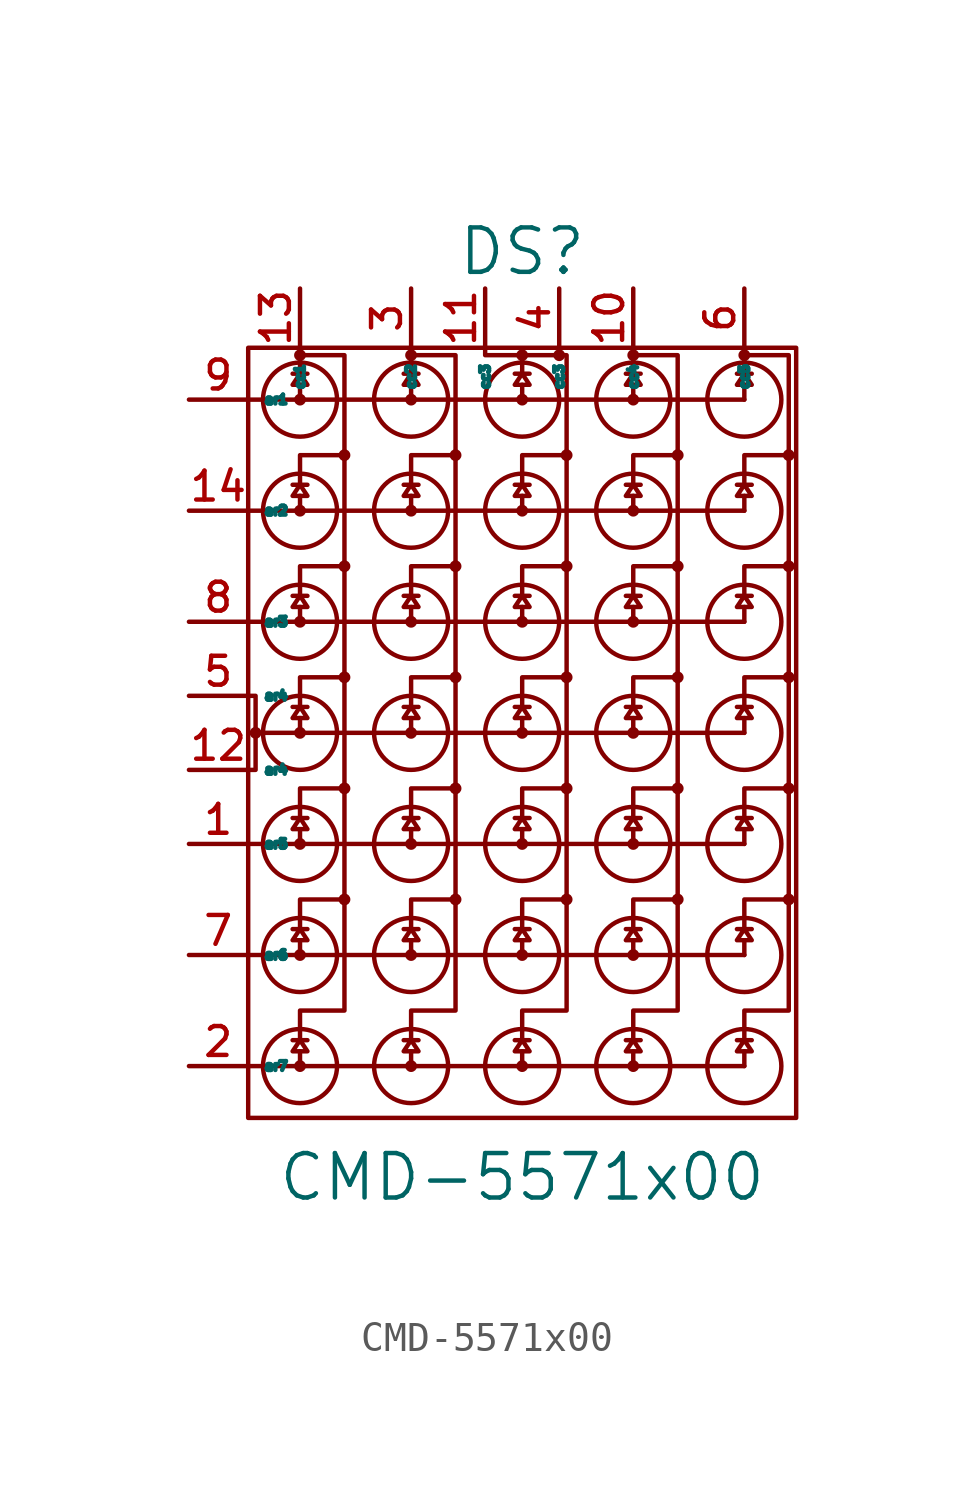
<source format=kicad_sym>
(kicad_symbol_lib
  (version 20220914)
  (generator kicad_symbol_editor)
  (symbol "CMD-5571x00"
    (property "Reference" "DS"
      (at 0 16.51 0)
      (effects (font (size 1.524 1.524))))
    (property "Value" "CMD-5571x00"
      (at 0 -15.24 0)
      (effects (font (size 1.524 1.524))))
    (property "Footprint" ""
      (at 0 0 0)
      (effects (font (size 1.524 1.524))))
    (property "Datasheet" ""
      (at 0 0 0)
      (effects (font (size 1.524 1.524))))
    (symbol "CMD-5571x00_0_1"
      (rectangle (start -9.398 -13.208) (end 9.398 13.208) (stroke (width 0) (type solid)) (fill (type none)))
      (circle (center -9.144 0) (radius 0.127) (stroke (width 0) (type solid)) (fill (type none)))
      (circle (center -7.62 -11.43) (radius 0.127) (stroke (width 0) (type solid)) (fill (type none)))
      (circle (center -7.62 -11.43) (radius 1.27) (stroke (width 0) (type solid)) (fill (type none)))
      (circle (center -7.62 -7.62) (radius 0.127) (stroke (width 0) (type solid)) (fill (type none)))
      (circle (center -7.62 -7.62) (radius 1.27) (stroke (width 0) (type solid)) (fill (type none)))
      (circle (center -7.62 -3.81) (radius 0.127) (stroke (width 0) (type solid)) (fill (type none)))
      (circle (center -7.62 -3.81) (radius 1.27) (stroke (width 0) (type solid)) (fill (type none)))
      (circle (center -7.62 0) (radius 0.127) (stroke (width 0) (type solid)) (fill (type none)))
      (circle (center -7.62 0) (radius 1.27) (stroke (width 0) (type solid)) (fill (type none)))
      (circle (center -7.62 3.81) (radius 0.127) (stroke (width 0) (type solid)) (fill (type none)))
      (circle (center -7.62 3.81) (radius 1.27) (stroke (width 0) (type solid)) (fill (type none)))
      (circle (center -7.62 7.62) (radius 0.127) (stroke (width 0) (type solid)) (fill (type none)))
      (circle (center -7.62 7.62) (radius 1.27) (stroke (width 0) (type solid)) (fill (type none)))
      (circle (center -7.62 11.43) (radius 0.127) (stroke (width 0) (type solid)) (fill (type none)))
      (circle (center -7.62 11.43) (radius 1.27) (stroke (width 0) (type solid)) (fill (type none)))
      (circle (center -7.62 12.954) (radius 0.127) (stroke (width 0) (type solid)) (fill (type none)))
      (circle (center -6.096 -5.715) (radius 0.127) (stroke (width 0) (type solid)) (fill (type none)))
      (circle (center -6.096 -1.905) (radius 0.127) (stroke (width 0) (type solid)) (fill (type none)))
      (circle (center -6.096 1.905) (radius 0.127) (stroke (width 0) (type solid)) (fill (type none)))
      (circle (center -6.096 5.715) (radius 0.127) (stroke (width 0) (type solid)) (fill (type none)))
      (circle (center -6.096 9.525) (radius 0.127) (stroke (width 0) (type solid)) (fill (type none)))
      (circle (center -3.81 -11.43) (radius 0.127) (stroke (width 0) (type solid)) (fill (type none)))
      (circle (center -3.81 -11.43) (radius 1.27) (stroke (width 0) (type solid)) (fill (type none)))
      (circle (center -3.81 -7.62) (radius 0.127) (stroke (width 0) (type solid)) (fill (type none)))
      (circle (center -3.81 -7.62) (radius 1.27) (stroke (width 0) (type solid)) (fill (type none)))
      (circle (center -3.81 -3.81) (radius 0.127) (stroke (width 0) (type solid)) (fill (type none)))
      (circle (center -3.81 -3.81) (radius 1.27) (stroke (width 0) (type solid)) (fill (type none)))
      (circle (center -3.81 0) (radius 0.127) (stroke (width 0) (type solid)) (fill (type none)))
      (circle (center -3.81 0) (radius 1.27) (stroke (width 0) (type solid)) (fill (type none)))
      (circle (center -3.81 3.81) (radius 0.127) (stroke (width 0) (type solid)) (fill (type none)))
      (circle (center -3.81 3.81) (radius 1.27) (stroke (width 0) (type solid)) (fill (type none)))
      (circle (center -3.81 7.62) (radius 0.127) (stroke (width 0) (type solid)) (fill (type none)))
      (circle (center -3.81 7.62) (radius 1.27) (stroke (width 0) (type solid)) (fill (type none)))
      (circle (center -3.81 11.43) (radius 0.127) (stroke (width 0) (type solid)) (fill (type none)))
      (circle (center -3.81 11.43) (radius 1.27) (stroke (width 0) (type solid)) (fill (type none)))
      (circle (center -3.81 12.954) (radius 0.127) (stroke (width 0) (type solid)) (fill (type none)))
      (circle (center -2.286 -5.715) (radius 0.127) (stroke (width 0) (type solid)) (fill (type none)))
      (circle (center -2.286 -1.905) (radius 0.127) (stroke (width 0) (type solid)) (fill (type none)))
      (circle (center -2.286 1.905) (radius 0.127) (stroke (width 0) (type solid)) (fill (type none)))
      (circle (center -2.286 5.715) (radius 0.127) (stroke (width 0) (type solid)) (fill (type none)))
      (circle (center -2.286 9.525) (radius 0.127) (stroke (width 0) (type solid)) (fill (type none)))
      (circle (center 0 -11.43) (radius 0.127) (stroke (width 0) (type solid)) (fill (type none)))
      (circle (center 0 -11.43) (radius 1.27) (stroke (width 0) (type solid)) (fill (type none)))
      (circle (center 0 -7.62) (radius 0.127) (stroke (width 0) (type solid)) (fill (type none)))
      (circle (center 0 -7.62) (radius 1.27) (stroke (width 0) (type solid)) (fill (type none)))
      (circle (center 0 -3.81) (radius 0.127) (stroke (width 0) (type solid)) (fill (type none)))
      (circle (center 0 -3.81) (radius 1.27) (stroke (width 0) (type solid)) (fill (type none)))
      (polyline (pts (xy -9.398 -11.43) (xy 7.62 -11.43)) (stroke (width 0) (type solid)) (fill (type none)))
      (polyline (pts (xy -9.398 -7.62) (xy 7.62 -7.62)) (stroke (width 0) (type solid)) (fill (type none)))
      (polyline (pts (xy -9.398 -3.81) (xy 7.62 -3.81)) (stroke (width 0) (type solid)) (fill (type none)))
      (polyline (pts (xy -9.398 3.81) (xy 7.62 3.81)) (stroke (width 0) (type solid)) (fill (type none)))
      (polyline (pts (xy -9.398 7.62) (xy 7.62 7.62)) (stroke (width 0) (type solid)) (fill (type none)))
      (polyline (pts (xy -9.398 11.43) (xy 7.62 11.43)) (stroke (width 0) (type solid)) (fill (type none)))
      (polyline (pts (xy -7.62 -11.43) (xy -7.62 -10.922)) (stroke (width 0) (type solid)) (fill (type none)))
      (polyline (pts (xy -7.62 -7.62) (xy -7.62 -7.112)) (stroke (width 0) (type solid)) (fill (type none)))
      (polyline (pts (xy -7.62 -3.81) (xy -7.62 -3.302)) (stroke (width 0) (type solid)) (fill (type none)))
      (polyline (pts (xy -7.62 0) (xy -7.62 0.508)) (stroke (width 0) (type solid)) (fill (type none)))
      (polyline (pts (xy -7.62 3.81) (xy -7.62 4.318)) (stroke (width 0) (type solid)) (fill (type none)))
      (polyline (pts (xy -7.62 7.62) (xy -7.62 8.128)) (stroke (width 0) (type solid)) (fill (type none)))
      (polyline (pts (xy -7.62 11.43) (xy -7.62 11.938)) (stroke (width 0) (type solid)) (fill (type none)))
      (polyline (pts (xy -7.62 12.319) (xy -7.62 12.954)) (stroke (width 0) (type solid)) (fill (type none)))
      (polyline (pts (xy -3.81 -11.43) (xy -3.81 -10.922)) (stroke (width 0) (type solid)) (fill (type none)))
      (polyline (pts (xy -3.81 -7.62) (xy -3.81 -7.112)) (stroke (width 0) (type solid)) (fill (type none)))
      (polyline (pts (xy -3.81 -3.81) (xy -3.81 -3.302)) (stroke (width 0) (type solid)) (fill (type none)))
      (polyline (pts (xy -3.81 0) (xy -3.81 0.508)) (stroke (width 0) (type solid)) (fill (type none)))
      (polyline (pts (xy -3.81 3.81) (xy -3.81 4.318)) (stroke (width 0) (type solid)) (fill (type none)))
      (polyline (pts (xy -3.81 7.62) (xy -3.81 8.128)) (stroke (width 0) (type solid)) (fill (type none)))
      (polyline (pts (xy -3.81 11.43) (xy -3.81 11.938)) (stroke (width 0) (type solid)) (fill (type none)))
      (polyline (pts (xy -3.81 12.319) (xy -3.81 12.954)) (stroke (width 0) (type solid)) (fill (type none)))
      (polyline (pts (xy 0 -11.43) (xy 0 -10.922)) (stroke (width 0) (type solid)) (fill (type none)))
      (polyline (pts (xy 0 -7.62) (xy 0 -7.112)) (stroke (width 0) (type solid)) (fill (type none)))
      (polyline (pts (xy 0 -3.81) (xy 0 -3.302)) (stroke (width 0) (type solid)) (fill (type none)))
      (polyline (pts (xy 0 0) (xy 0 0.508)) (stroke (width 0) (type solid)) (fill (type none)))
      (polyline (pts (xy 0 3.81) (xy 0 4.318)) (stroke (width 0) (type solid)) (fill (type none)))
      (polyline (pts (xy 0 7.62) (xy 0 8.128)) (stroke (width 0) (type solid)) (fill (type none)))
      (polyline (pts (xy 0 11.43) (xy 0 11.938)) (stroke (width 0) (type solid)) (fill (type none)))
      (polyline (pts (xy 0 12.319) (xy 0 12.954)) (stroke (width 0) (type solid)) (fill (type none)))
      (polyline (pts (xy 1.27 13.208) (xy 1.27 12.954)) (stroke (width 0) (type solid)) (fill (type none)))
      (polyline (pts (xy 3.81 -11.43) (xy 3.81 -10.922)) (stroke (width 0) (type solid)) (fill (type none)))
      (polyline (pts (xy 3.81 -7.62) (xy 3.81 -7.112)) (stroke (width 0) (type solid)) (fill (type none)))
      (polyline (pts (xy 3.81 -3.81) (xy 3.81 -3.302)) (stroke (width 0) (type solid)) (fill (type none)))
      (polyline (pts (xy 3.81 0) (xy 3.81 0.508)) (stroke (width 0) (type solid)) (fill (type none)))
      (polyline (pts (xy 3.81 3.81) (xy 3.81 4.318)) (stroke (width 0) (type solid)) (fill (type none)))
      (polyline (pts (xy 3.81 7.62) (xy 3.81 8.128)) (stroke (width 0) (type solid)) (fill (type none)))
      (polyline (pts (xy 3.81 11.43) (xy 3.81 11.938)) (stroke (width 0) (type solid)) (fill (type none)))
      (polyline (pts (xy 3.81 12.319) (xy 3.81 12.954)) (stroke (width 0) (type solid)) (fill (type none)))
      (polyline (pts (xy 7.62 -11.43) (xy 7.62 -10.922)) (stroke (width 0) (type solid)) (fill (type none)))
      (polyline (pts (xy 7.62 -7.62) (xy 7.62 -7.112)) (stroke (width 0) (type solid)) (fill (type none)))
      (polyline (pts (xy 7.62 -3.81) (xy 7.62 -3.302)) (stroke (width 0) (type solid)) (fill (type none)))
      (polyline (pts (xy 7.62 0) (xy 7.62 0.508)) (stroke (width 0) (type solid)) (fill (type none)))
      (polyline (pts (xy 7.62 3.81) (xy 7.62 4.318)) (stroke (width 0) (type solid)) (fill (type none)))
      (polyline (pts (xy 7.62 7.62) (xy 7.62 8.128)) (stroke (width 0) (type solid)) (fill (type none)))
      (polyline (pts (xy 7.62 11.43) (xy 7.62 11.938)) (stroke (width 0) (type solid)) (fill (type none)))
      (polyline (pts (xy 7.62 12.319) (xy 7.62 12.954)) (stroke (width 0) (type solid)) (fill (type none)))
      (polyline (pts (xy -9.144 0) (xy -9.144 -1.27) (xy -9.398 -1.27)) (stroke (width 0) (type solid)) (fill (type none)))
      (polyline (pts (xy -7.62 -6.731) (xy -7.62 -5.715) (xy -6.096 -5.715)) (stroke (width 0) (type solid)) (fill (type none)))
      (polyline (pts (xy -7.62 -2.921) (xy -7.62 -1.905) (xy -6.096 -1.905)) (stroke (width 0) (type solid)) (fill (type none)))
      (polyline (pts (xy -7.62 0.889) (xy -7.62 1.905) (xy -6.096 1.905)) (stroke (width 0) (type solid)) (fill (type none)))
      (polyline (pts (xy -7.62 4.699) (xy -7.62 5.715) (xy -6.096 5.715)) (stroke (width 0) (type solid)) (fill (type none)))
      (polyline (pts (xy -7.62 8.509) (xy -7.62 9.525) (xy -6.096 9.525)) (stroke (width 0) (type solid)) (fill (type none)))
      (polyline (pts (xy -3.81 -6.731) (xy -3.81 -5.715) (xy -2.286 -5.715)) (stroke (width 0) (type solid)) (fill (type none)))
      (polyline (pts (xy -3.81 -2.921) (xy -3.81 -1.905) (xy -2.286 -1.905)) (stroke (width 0) (type solid)) (fill (type none)))
      (polyline (pts (xy -3.81 0.889) (xy -3.81 1.905) (xy -2.286 1.905)) (stroke (width 0) (type solid)) (fill (type none)))
      (polyline (pts (xy -3.81 4.699) (xy -3.81 5.715) (xy -2.286 5.715)) (stroke (width 0) (type solid)) (fill (type none)))
      (polyline (pts (xy -3.81 8.509) (xy -3.81 9.525) (xy -2.286 9.525)) (stroke (width 0) (type solid)) (fill (type none)))
      (polyline (pts (xy 0 -6.731) (xy 0 -5.715) (xy 1.524 -5.715)) (stroke (width 0) (type solid)) (fill (type none)))
      (polyline (pts (xy 0 -2.921) (xy 0 -1.905) (xy 1.524 -1.905)) (stroke (width 0) (type solid)) (fill (type none)))
      (polyline (pts (xy 0 0.889) (xy 0 1.905) (xy 1.524 1.905)) (stroke (width 0) (type solid)) (fill (type none)))
      (polyline (pts (xy 0 4.699) (xy 0 5.715) (xy 1.524 5.715)) (stroke (width 0) (type solid)) (fill (type none)))
      (polyline (pts (xy 0 8.509) (xy 0 9.525) (xy 1.524 9.525)) (stroke (width 0) (type solid)) (fill (type none)))
      (polyline (pts (xy 1.27 12.954) (xy -1.27 12.954) (xy -1.27 13.208)) (stroke (width 0) (type solid)) (fill (type none)))
      (polyline (pts (xy 3.81 -6.731) (xy 3.81 -5.715) (xy 5.334 -5.715)) (stroke (width 0) (type solid)) (fill (type none)))
      (polyline (pts (xy 3.81 -2.921) (xy 3.81 -1.905) (xy 5.334 -1.905)) (stroke (width 0) (type solid)) (fill (type none)))
      (polyline (pts (xy 3.81 0.889) (xy 3.81 1.905) (xy 5.334 1.905)) (stroke (width 0) (type solid)) (fill (type none)))
      (polyline (pts (xy 3.81 4.699) (xy 3.81 5.715) (xy 5.334 5.715)) (stroke (width 0) (type solid)) (fill (type none)))
      (polyline (pts (xy 3.81 8.509) (xy 3.81 9.525) (xy 5.334 9.525)) (stroke (width 0) (type solid)) (fill (type none)))
      (polyline (pts (xy 7.62 -6.731) (xy 7.62 -5.715) (xy 9.144 -5.715)) (stroke (width 0) (type solid)) (fill (type none)))
      (polyline (pts (xy 7.62 -2.921) (xy 7.62 -1.905) (xy 9.144 -1.905)) (stroke (width 0) (type solid)) (fill (type none)))
      (polyline (pts (xy 7.62 0.889) (xy 7.62 1.905) (xy 9.144 1.905)) (stroke (width 0) (type solid)) (fill (type none)))
      (polyline (pts (xy 7.62 4.699) (xy 7.62 5.715) (xy 9.144 5.715)) (stroke (width 0) (type solid)) (fill (type none)))
      (polyline (pts (xy 7.62 8.509) (xy 7.62 9.525) (xy 9.144 9.525)) (stroke (width 0) (type solid)) (fill (type none)))
      (polyline (pts (xy 7.62 0) (xy -9.144 0) (xy -9.144 1.27) (xy -9.398 1.27)) (stroke (width 0) (type solid)) (fill (type none)))
      (polyline (pts (xy 1.27 12.954) (xy 1.524 12.954) (xy 1.524 -9.525) (xy 0 -9.525) (xy 0 -10.541)) (stroke (width 0) (type solid)) (fill (type none)))
      (polyline (pts (xy -7.62 -10.541) (xy -7.62 -9.525) (xy -6.096 -9.525) (xy -6.096 12.954) (xy -7.62 12.954) (xy -7.62 13.208)) (stroke (width 0) (type solid)) (fill (type none)))
      (polyline (pts (xy -7.366 -10.541) (xy -7.874 -10.541) (xy -7.62 -10.541) (xy -7.366 -10.922) (xy -7.874 -10.922) (xy -7.62 -10.541)) (stroke (width 0) (type solid)) (fill (type none)))
      (polyline (pts (xy -7.366 -6.731) (xy -7.874 -6.731) (xy -7.62 -6.731) (xy -7.366 -7.112) (xy -7.874 -7.112) (xy -7.62 -6.731)) (stroke (width 0) (type solid)) (fill (type none)))
      (polyline (pts (xy -7.366 -2.921) (xy -7.874 -2.921) (xy -7.62 -2.921) (xy -7.366 -3.302) (xy -7.874 -3.302) (xy -7.62 -2.921)) (stroke (width 0) (type solid)) (fill (type none)))
      (polyline (pts (xy -7.366 0.889) (xy -7.874 0.889) (xy -7.62 0.889) (xy -7.366 0.508) (xy -7.874 0.508) (xy -7.62 0.889)) (stroke (width 0) (type solid)) (fill (type none)))
      (polyline (pts (xy -7.366 4.699) (xy -7.874 4.699) (xy -7.62 4.699) (xy -7.366 4.318) (xy -7.874 4.318) (xy -7.62 4.699)) (stroke (width 0) (type solid)) (fill (type none)))
      (polyline (pts (xy -7.366 8.509) (xy -7.874 8.509) (xy -7.62 8.509) (xy -7.366 8.128) (xy -7.874 8.128) (xy -7.62 8.509)) (stroke (width 0) (type solid)) (fill (type none)))
      (polyline (pts (xy -7.366 12.319) (xy -7.874 12.319) (xy -7.62 12.319) (xy -7.366 11.938) (xy -7.874 11.938) (xy -7.62 12.319)) (stroke (width 0) (type solid)) (fill (type none)))
      (polyline (pts (xy -3.81 -10.541) (xy -3.81 -9.525) (xy -2.286 -9.525) (xy -2.286 12.954) (xy -3.81 12.954) (xy -3.81 13.208)) (stroke (width 0) (type solid)) (fill (type none)))
      (polyline (pts (xy -3.556 -10.541) (xy -4.064 -10.541) (xy -3.81 -10.541) (xy -3.556 -10.922) (xy -4.064 -10.922) (xy -3.81 -10.541)) (stroke (width 0) (type solid)) (fill (type none)))
      (polyline (pts (xy -3.556 -6.731) (xy -4.064 -6.731) (xy -3.81 -6.731) (xy -3.556 -7.112) (xy -4.064 -7.112) (xy -3.81 -6.731)) (stroke (width 0) (type solid)) (fill (type none)))
      (polyline (pts (xy -3.556 -2.921) (xy -4.064 -2.921) (xy -3.81 -2.921) (xy -3.556 -3.302) (xy -4.064 -3.302) (xy -3.81 -2.921)) (stroke (width 0) (type solid)) (fill (type none)))
      (polyline (pts (xy -3.556 0.889) (xy -4.064 0.889) (xy -3.81 0.889) (xy -3.556 0.508) (xy -4.064 0.508) (xy -3.81 0.889)) (stroke (width 0) (type solid)) (fill (type none)))
      (polyline (pts (xy -3.556 4.699) (xy -4.064 4.699) (xy -3.81 4.699) (xy -3.556 4.318) (xy -4.064 4.318) (xy -3.81 4.699)) (stroke (width 0) (type solid)) (fill (type none)))
      (polyline (pts (xy -3.556 8.509) (xy -4.064 8.509) (xy -3.81 8.509) (xy -3.556 8.128) (xy -4.064 8.128) (xy -3.81 8.509)) (stroke (width 0) (type solid)) (fill (type none)))
      (polyline (pts (xy -3.556 12.319) (xy -4.064 12.319) (xy -3.81 12.319) (xy -3.556 11.938) (xy -4.064 11.938) (xy -3.81 12.319)) (stroke (width 0) (type solid)) (fill (type none)))
      (polyline (pts (xy 0.254 -10.541) (xy -0.254 -10.541) (xy 0 -10.541) (xy 0.254 -10.922) (xy -0.254 -10.922) (xy 0 -10.541)) (stroke (width 0) (type solid)) (fill (type none)))
      (polyline (pts (xy 0.254 -6.731) (xy -0.254 -6.731) (xy 0 -6.731) (xy 0.254 -7.112) (xy -0.254 -7.112) (xy 0 -6.731)) (stroke (width 0) (type solid)) (fill (type none)))
      (polyline (pts (xy 0.254 -2.921) (xy -0.254 -2.921) (xy 0 -2.921) (xy 0.254 -3.302) (xy -0.254 -3.302) (xy 0 -2.921)) (stroke (width 0) (type solid)) (fill (type none)))
      (polyline (pts (xy 0.254 0.889) (xy -0.254 0.889) (xy 0 0.889) (xy 0.254 0.508) (xy -0.254 0.508) (xy 0 0.889)) (stroke (width 0) (type solid)) (fill (type none)))
      (polyline (pts (xy 0.254 4.699) (xy -0.254 4.699) (xy 0 4.699) (xy 0.254 4.318) (xy -0.254 4.318) (xy 0 4.699)) (stroke (width 0) (type solid)) (fill (type none)))
      (polyline (pts (xy 0.254 8.509) (xy -0.254 8.509) (xy 0 8.509) (xy 0.254 8.128) (xy -0.254 8.128) (xy 0 8.509)) (stroke (width 0) (type solid)) (fill (type none)))
      (polyline (pts (xy 0.254 12.319) (xy -0.254 12.319) (xy 0 12.319) (xy 0.254 11.938) (xy -0.254 11.938) (xy 0 12.319)) (stroke (width 0) (type solid)) (fill (type none)))
      (polyline (pts (xy 3.81 -10.541) (xy 3.81 -9.525) (xy 5.334 -9.525) (xy 5.334 12.954) (xy 3.81 12.954) (xy 3.81 13.208)) (stroke (width 0) (type solid)) (fill (type none)))
      (polyline (pts (xy 4.064 -10.541) (xy 3.556 -10.541) (xy 3.81 -10.541) (xy 4.064 -10.922) (xy 3.556 -10.922) (xy 3.81 -10.541)) (stroke (width 0) (type solid)) (fill (type none)))
      (polyline (pts (xy 4.064 -6.731) (xy 3.556 -6.731) (xy 3.81 -6.731) (xy 4.064 -7.112) (xy 3.556 -7.112) (xy 3.81 -6.731)) (stroke (width 0) (type solid)) (fill (type none)))
      (polyline (pts (xy 4.064 -2.921) (xy 3.556 -2.921) (xy 3.81 -2.921) (xy 4.064 -3.302) (xy 3.556 -3.302) (xy 3.81 -2.921)) (stroke (width 0) (type solid)) (fill (type none)))
      (polyline (pts (xy 4.064 0.889) (xy 3.556 0.889) (xy 3.81 0.889) (xy 4.064 0.508) (xy 3.556 0.508) (xy 3.81 0.889)) (stroke (width 0) (type solid)) (fill (type none)))
      (polyline (pts (xy 4.064 4.699) (xy 3.556 4.699) (xy 3.81 4.699) (xy 4.064 4.318) (xy 3.556 4.318) (xy 3.81 4.699)) (stroke (width 0) (type solid)) (fill (type none)))
      (polyline (pts (xy 4.064 8.509) (xy 3.556 8.509) (xy 3.81 8.509) (xy 4.064 8.128) (xy 3.556 8.128) (xy 3.81 8.509)) (stroke (width 0) (type solid)) (fill (type none)))
      (polyline (pts (xy 4.064 12.319) (xy 3.556 12.319) (xy 3.81 12.319) (xy 4.064 11.938) (xy 3.556 11.938) (xy 3.81 12.319)) (stroke (width 0) (type solid)) (fill (type none)))
      (polyline (pts (xy 7.62 -10.541) (xy 7.62 -9.525) (xy 9.144 -9.525) (xy 9.144 12.954) (xy 7.62 12.954) (xy 7.62 13.208)) (stroke (width 0) (type solid)) (fill (type none)))
      (polyline (pts (xy 7.874 -10.541) (xy 7.366 -10.541) (xy 7.62 -10.541) (xy 7.874 -10.922) (xy 7.366 -10.922) (xy 7.62 -10.541)) (stroke (width 0) (type solid)) (fill (type none)))
      (polyline (pts (xy 7.874 -6.731) (xy 7.366 -6.731) (xy 7.62 -6.731) (xy 7.874 -7.112) (xy 7.366 -7.112) (xy 7.62 -6.731)) (stroke (width 0) (type solid)) (fill (type none)))
      (polyline (pts (xy 7.874 -2.921) (xy 7.366 -2.921) (xy 7.62 -2.921) (xy 7.874 -3.302) (xy 7.366 -3.302) (xy 7.62 -2.921)) (stroke (width 0) (type solid)) (fill (type none)))
      (polyline (pts (xy 7.874 0.889) (xy 7.366 0.889) (xy 7.62 0.889) (xy 7.874 0.508) (xy 7.366 0.508) (xy 7.62 0.889)) (stroke (width 0) (type solid)) (fill (type none)))
      (polyline (pts (xy 7.874 4.699) (xy 7.366 4.699) (xy 7.62 4.699) (xy 7.874 4.318) (xy 7.366 4.318) (xy 7.62 4.699)) (stroke (width 0) (type solid)) (fill (type none)))
      (polyline (pts (xy 7.874 8.509) (xy 7.366 8.509) (xy 7.62 8.509) (xy 7.874 8.128) (xy 7.366 8.128) (xy 7.62 8.509)) (stroke (width 0) (type solid)) (fill (type none)))
      (polyline (pts (xy 7.874 12.319) (xy 7.366 12.319) (xy 7.62 12.319) (xy 7.874 11.938) (xy 7.366 11.938) (xy 7.62 12.319)) (stroke (width 0) (type solid)) (fill (type none)))
      (circle (center 0 0) (radius 0.127) (stroke (width 0) (type solid)) (fill (type none)))
      (circle (center 0 0) (radius 1.27) (stroke (width 0) (type solid)) (fill (type none)))
      (circle (center 0 3.81) (radius 0.127) (stroke (width 0) (type solid)) (fill (type none)))
      (circle (center 0 3.81) (radius 1.27) (stroke (width 0) (type solid)) (fill (type none)))
      (circle (center 0 7.62) (radius 0.127) (stroke (width 0) (type solid)) (fill (type none)))
      (circle (center 0 7.62) (radius 1.27) (stroke (width 0) (type solid)) (fill (type none)))
      (circle (center 0 11.43) (radius 0.127) (stroke (width 0) (type solid)) (fill (type none)))
      (circle (center 0 11.43) (radius 1.27) (stroke (width 0) (type solid)) (fill (type none)))
      (circle (center 0 12.954) (radius 0.127) (stroke (width 0) (type solid)) (fill (type none)))
      (circle (center 1.27 12.954) (radius 0.127) (stroke (width 0) (type solid)) (fill (type none)))
      (circle (center 1.524 -5.715) (radius 0.127) (stroke (width 0) (type solid)) (fill (type none)))
      (circle (center 1.524 -1.905) (radius 0.127) (stroke (width 0) (type solid)) (fill (type none)))
      (circle (center 1.524 1.905) (radius 0.127) (stroke (width 0) (type solid)) (fill (type none)))
      (circle (center 1.524 5.715) (radius 0.127) (stroke (width 0) (type solid)) (fill (type none)))
      (circle (center 1.524 9.525) (radius 0.127) (stroke (width 0) (type solid)) (fill (type none)))
      (circle (center 3.81 -11.43) (radius 0.127) (stroke (width 0) (type solid)) (fill (type none)))
      (circle (center 3.81 -11.43) (radius 1.27) (stroke (width 0) (type solid)) (fill (type none)))
      (circle (center 3.81 -7.62) (radius 0.127) (stroke (width 0) (type solid)) (fill (type none)))
      (circle (center 3.81 -7.62) (radius 1.27) (stroke (width 0) (type solid)) (fill (type none)))
      (circle (center 3.81 -3.81) (radius 0.127) (stroke (width 0) (type solid)) (fill (type none)))
      (circle (center 3.81 -3.81) (radius 1.27) (stroke (width 0) (type solid)) (fill (type none)))
      (circle (center 3.81 0) (radius 0.127) (stroke (width 0) (type solid)) (fill (type none)))
      (circle (center 3.81 0) (radius 1.27) (stroke (width 0) (type solid)) (fill (type none)))
      (circle (center 3.81 3.81) (radius 0.127) (stroke (width 0) (type solid)) (fill (type none)))
      (circle (center 3.81 3.81) (radius 1.27) (stroke (width 0) (type solid)) (fill (type none)))
      (circle (center 3.81 7.62) (radius 0.127) (stroke (width 0) (type solid)) (fill (type none)))
      (circle (center 3.81 7.62) (radius 1.27) (stroke (width 0) (type solid)) (fill (type none)))
      (circle (center 3.81 11.43) (radius 0.127) (stroke (width 0) (type solid)) (fill (type none)))
      (circle (center 3.81 11.43) (radius 1.27) (stroke (width 0) (type solid)) (fill (type none)))
      (circle (center 3.81 12.954) (radius 0.127) (stroke (width 0) (type solid)) (fill (type none)))
      (circle (center 5.334 -5.715) (radius 0.127) (stroke (width 0) (type solid)) (fill (type none)))
      (circle (center 5.334 -1.905) (radius 0.127) (stroke (width 0) (type solid)) (fill (type none)))
      (circle (center 5.334 1.905) (radius 0.127) (stroke (width 0) (type solid)) (fill (type none)))
      (circle (center 5.334 5.715) (radius 0.127) (stroke (width 0) (type solid)) (fill (type none)))
      (circle (center 5.334 9.525) (radius 0.127) (stroke (width 0) (type solid)) (fill (type none)))
      (circle (center 7.62 -11.43) (radius 1.27) (stroke (width 0) (type solid)) (fill (type none)))
      (circle (center 7.62 -7.62) (radius 1.27) (stroke (width 0) (type solid)) (fill (type none)))
      (circle (center 7.62 -3.81) (radius 1.27) (stroke (width 0) (type solid)) (fill (type none)))
      (circle (center 7.62 0) (radius 1.27) (stroke (width 0) (type solid)) (fill (type none)))
      (circle (center 7.62 3.81) (radius 1.27) (stroke (width 0) (type solid)) (fill (type none)))
      (circle (center 7.62 7.62) (radius 1.27) (stroke (width 0) (type solid)) (fill (type none)))
      (circle (center 7.62 11.43) (radius 1.27) (stroke (width 0) (type solid)) (fill (type none)))
      (circle (center 7.62 12.954) (radius 0.127) (stroke (width 0) (type solid)) (fill (type none)))
      (circle (center 9.144 -5.715) (radius 0.127) (stroke (width 0) (type solid)) (fill (type none)))
      (circle (center 9.144 -1.905) (radius 0.127) (stroke (width 0) (type solid)) (fill (type none)))
      (circle (center 9.144 1.905) (radius 0.127) (stroke (width 0) (type solid)) (fill (type none)))
      (circle (center 9.144 5.715) (radius 0.127) (stroke (width 0) (type solid)) (fill (type none)))
      (circle (center 9.144 9.525) (radius 0.127) (stroke (width 0) (type solid)) (fill (type none))))
    (symbol "CMD-5571x00_1_1"
      (pin input line (at -11.43 -3.81 0) (length 2.007) (name "ar5" (effects (font (size 0.305 0.305)))) (number "1" (effects (font (size 0.991 0.991)))))
      (pin input line (at 3.81 15.24 270) (length 2.007) (name "cc4" (effects (font (size 0.305 0.305)))) (number "10" (effects (font (size 0.991 0.991)))))
      (pin input line (at -1.27 15.24 270) (length 2.007) (name "cc3" (effects (font (size 0.305 0.305)))) (number "11" (effects (font (size 0.991 0.991)))))
      (pin input line (at -11.43 -1.27 0) (length 2.007) (name "ar4" (effects (font (size 0.305 0.305)))) (number "12" (effects (font (size 0.991 0.991)))))
      (pin input line (at -7.62 15.24 270) (length 2.007) (name "cc1" (effects (font (size 0.305 0.305)))) (number "13" (effects (font (size 0.991 0.991)))))
      (pin input line (at -11.43 7.62 0) (length 2.007) (name "ar2" (effects (font (size 0.305 0.305)))) (number "14" (effects (font (size 0.991 0.991)))))
      (pin input line (at -11.43 -11.43 0) (length 2.007) (name "ar7" (effects (font (size 0.305 0.305)))) (number "2" (effects (font (size 0.991 0.991)))))
      (pin input line (at -3.81 15.24 270) (length 2.007) (name "cc2" (effects (font (size 0.305 0.305)))) (number "3" (effects (font (size 0.991 0.991)))))
      (pin input line (at 1.27 15.24 270) (length 2.007) (name "cc3" (effects (font (size 0.305 0.305)))) (number "4" (effects (font (size 0.991 0.991)))))
      (pin input line (at -11.43 1.27 0) (length 2.007) (name "ar4" (effects (font (size 0.305 0.305)))) (number "5" (effects (font (size 0.991 0.991)))))
      (pin input line (at 7.62 15.24 270) (length 2.007) (name "cc5" (effects (font (size 0.305 0.305)))) (number "6" (effects (font (size 0.991 0.991)))))
      (pin input line (at -11.43 -7.62 0) (length 2.007) (name "ar6" (effects (font (size 0.305 0.305)))) (number "7" (effects (font (size 0.991 0.991)))))
      (pin input line (at -11.43 3.81 0) (length 2.007) (name "ar3" (effects (font (size 0.305 0.305)))) (number "8" (effects (font (size 0.991 0.991)))))
      (pin input line (at -11.43 11.43 0) (length 2.007) (name "ar1" (effects (font (size 0.305 0.305)))) (number "9" (effects (font (size 0.991 0.991))))))))
</source>
